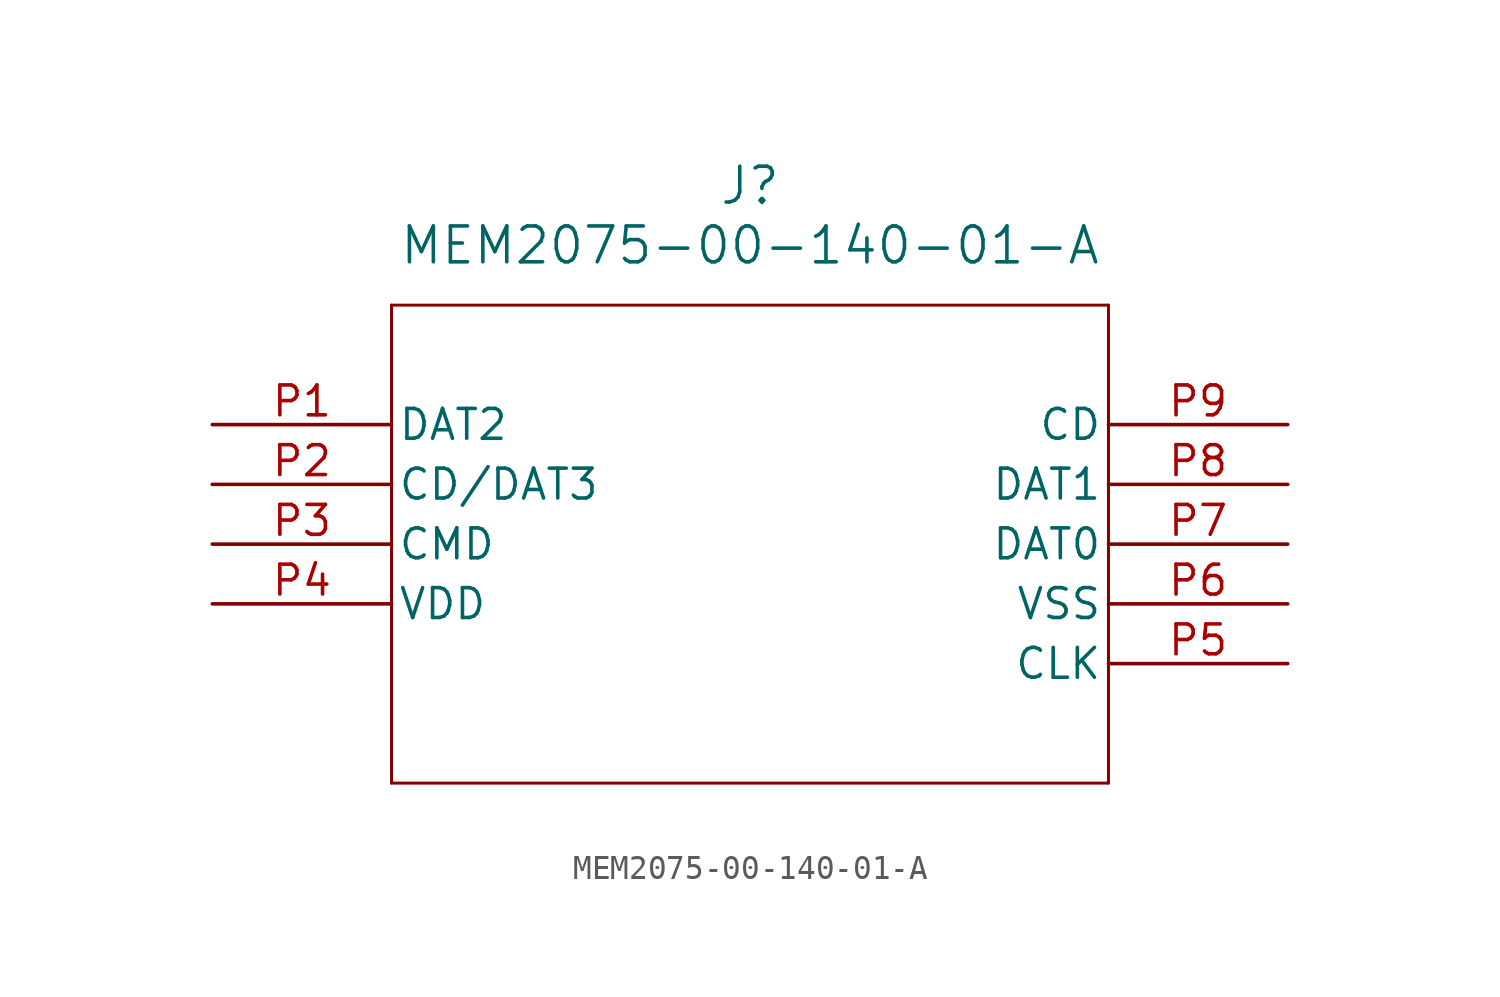
<source format=kicad_sym>
(kicad_symbol_lib
  (version 20211014)
  (generator kicad_symbol_editor)
  (symbol "MEM2075-00-140-01-A"
    (pin_names
      (offset 0.254))
    (property "Reference" "J"
      (at 22.86 10.16 0)
      (effects (font (size 1.524 1.524))))
    (property "Value" "MEM2075-00-140-01-A"
      (at 22.86 7.62 0)
      (effects (font (size 1.524 1.524))))
    (polyline
      (pts (xy 7.62 5.08) (xy 7.62 -15.24))
      (stroke (width 0.127) (type default) (color 0 0 0 0))
      (fill (type none)))
    (polyline
      (pts (xy 7.62 -15.24) (xy 38.1 -15.24))
      (stroke (width 0.127) (type default) (color 0 0 0 0))
      (fill (type none)))
    (polyline
      (pts (xy 38.1 -15.24) (xy 38.1 5.08))
      (stroke (width 0.127) (type default) (color 0 0 0 0))
      (fill (type none)))
    (polyline
      (pts (xy 38.1 5.08) (xy 7.62 5.08))
      (stroke (width 0.127) (type default) (color 0 0 0 0))
      (fill (type none)))
    (pin bidirectional line
      (at 0 0 0)
      (length 7.62)
      (name "DAT2" (effects (font (size 1.27 1.27))))
      (number "P1" (effects (font (size 1.27 1.27)))))
    (pin unspecified line
      (at 0 -2.54 0)
      (length 7.62)
      (name "CD/DAT3" (effects (font (size 1.27 1.27))))
      (number "P2" (effects (font (size 1.27 1.27)))))
    (pin unspecified line
      (at 0 -5.08 0)
      (length 7.62)
      (name "CMD" (effects (font (size 1.27 1.27))))
      (number "P3" (effects (font (size 1.27 1.27)))))
    (pin power_in line
      (at 0 -7.62 0)
      (length 7.62)
      (name "VDD" (effects (font (size 1.27 1.27))))
      (number "P4" (effects (font (size 1.27 1.27)))))
    (pin unspecified line
      (at 45.72 -10.16 180)
      (length 7.62)
      (name "CLK" (effects (font (size 1.27 1.27))))
      (number "P5" (effects (font (size 1.27 1.27)))))
    (pin power_out line
      (at 45.72 -7.62 180)
      (length 7.62)
      (name "VSS" (effects (font (size 1.27 1.27))))
      (number "P6" (effects (font (size 1.27 1.27)))))
    (pin bidirectional line
      (at 45.72 -5.08 180)
      (length 7.62)
      (name "DAT0" (effects (font (size 1.27 1.27))))
      (number "P7" (effects (font (size 1.27 1.27)))))
    (pin bidirectional line
      (at 45.72 -2.54 180)
      (length 7.62)
      (name "DAT1" (effects (font (size 1.27 1.27))))
      (number "P8" (effects (font (size 1.27 1.27)))))
    (pin unspecified line
      (at 45.72 0 180)
      (length 7.62)
      (name "CD" (effects (font (size 1.27 1.27))))
      (number "P9" (effects (font (size 1.27 1.27)))))))
</source>
